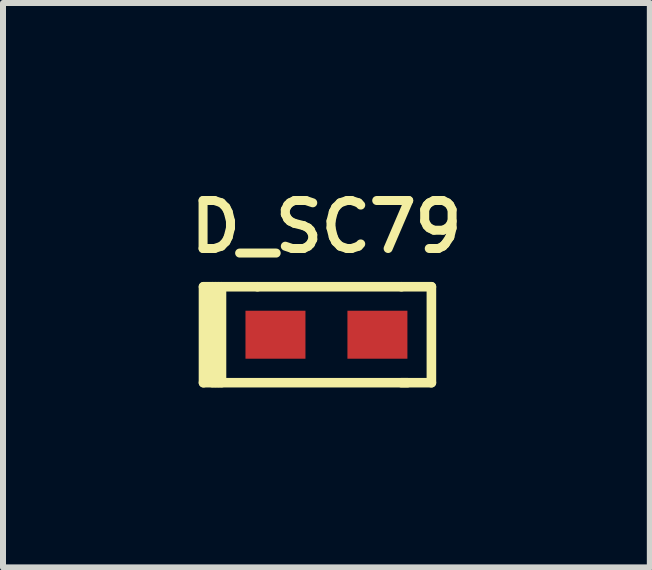
<source format=kicad_pcb>
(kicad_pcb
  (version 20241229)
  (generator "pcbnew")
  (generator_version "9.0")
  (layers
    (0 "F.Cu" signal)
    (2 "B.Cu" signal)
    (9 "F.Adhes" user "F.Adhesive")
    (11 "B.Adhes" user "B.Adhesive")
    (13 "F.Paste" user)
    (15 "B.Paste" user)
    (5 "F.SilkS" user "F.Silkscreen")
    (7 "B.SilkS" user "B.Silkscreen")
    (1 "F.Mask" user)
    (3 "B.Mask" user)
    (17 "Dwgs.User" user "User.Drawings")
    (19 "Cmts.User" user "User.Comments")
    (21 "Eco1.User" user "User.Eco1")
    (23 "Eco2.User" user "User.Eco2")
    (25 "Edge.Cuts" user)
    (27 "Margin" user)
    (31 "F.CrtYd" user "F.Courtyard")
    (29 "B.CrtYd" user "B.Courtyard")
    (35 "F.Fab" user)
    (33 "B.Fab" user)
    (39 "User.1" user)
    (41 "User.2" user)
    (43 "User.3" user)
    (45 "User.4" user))
  (footprint "D_SC79"
    (layer "F.Cu")
    (at 2.393 2.531)
    (property "Reference" "D_SC79" (at 0 -1.8 0) (layer "F.SilkS") (effects (font (size 0.8 0.8) (thickness 0.15))))
    (attr through_hole)
    (fp_line (start -2.05 -0.8) (end -2.05 0.8) (stroke (width 0.16) (type solid)) (layer "F.SilkS"))
    (fp_line (start -2.05 0.8) (end 1.35 0.8) (stroke (width 0.16) (type solid)) (layer "F.SilkS"))
    (fp_line (start -1.9 -0.8) (end -1.9 0.8) (stroke (width 0.16) (type solid)) (layer "F.SilkS"))
    (fp_line (start -1.85 -0.8) (end -1.85 0.8) (stroke (width 0.16) (type solid)) (layer "F.SilkS"))
    (fp_line (start -1.8 -0.8) (end -1.8 0.8) (stroke (width 0.16) (type solid)) (layer "F.SilkS"))
    (fp_line (start -1.75 -0.8) (end -1.75 0.8) (stroke (width 0.16) (type solid)) (layer "F.SilkS"))
    (fp_line (start -1.15 -0.8) (end -2.05 -0.8) (stroke (width 0.16) (type solid)) (layer "F.SilkS"))
    (fp_line (start 1.25 -0.8) (end -1.15 -0.8) (stroke (width 0.16) (type solid)) (layer "F.SilkS"))
    (fp_line (start 1.25 -0.8) (end 1.75 -0.8) (stroke (width 0.16) (type solid)) (layer "F.SilkS"))
    (fp_line (start 1.25 0.8) (end 1.75 0.8) (stroke (width 0.16) (type solid)) (layer "F.SilkS"))
    (fp_line (start 1.75 -0.8) (end 1.75 0.8) (stroke (width 0.16) (type solid)) (layer "F.SilkS"))
    (pad "1" smd rect (at -0.85 0) (size 1 0.8) (layers "F.Cu" "F.Mask" "F.Paste"))
    (pad "2" smd rect (at 0.85 0) (size 1 0.8) (layers "F.Cu" "F.Mask" "F.Paste")))
  (gr_rect
    (start -3 -3)
    (end 7.785 6.411)
    (stroke (width 0.1) (type default))
    (fill no)
    (layer "Edge.Cuts")))
</source>
